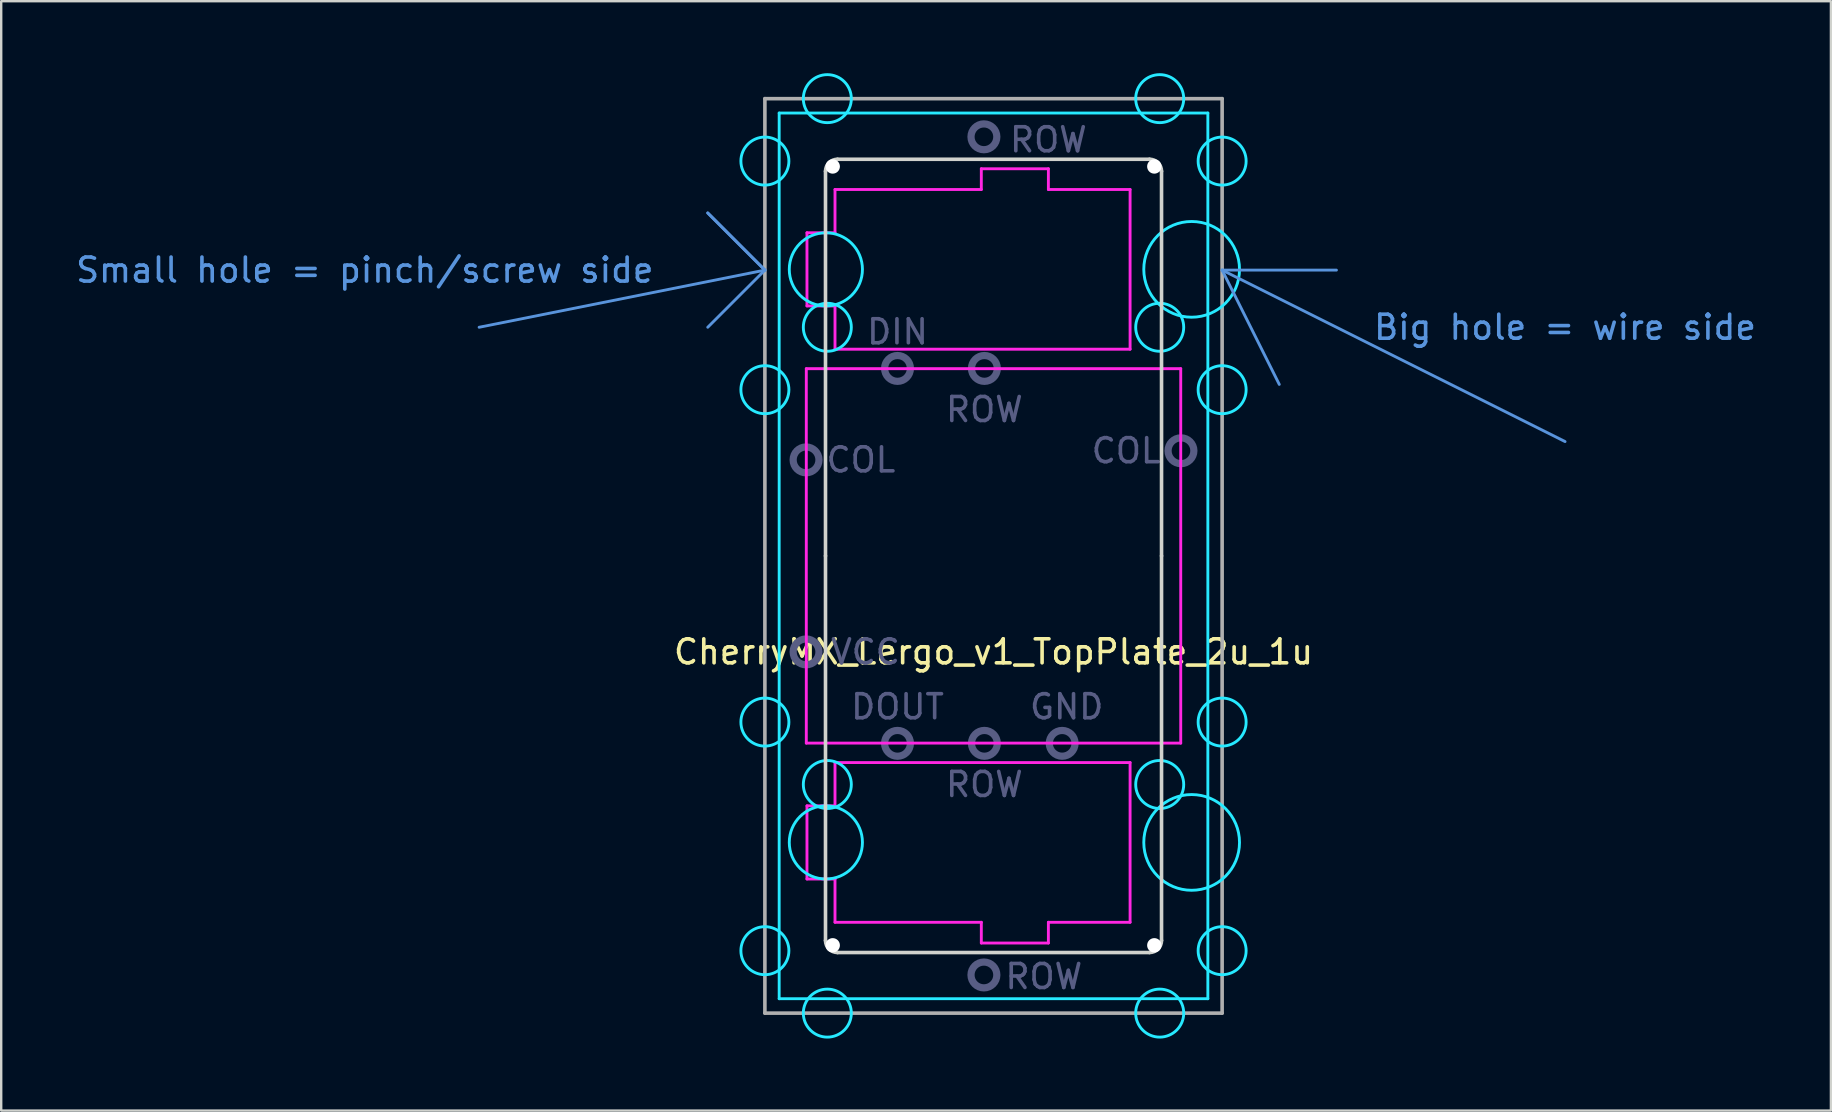
<source format=kicad_pcb>
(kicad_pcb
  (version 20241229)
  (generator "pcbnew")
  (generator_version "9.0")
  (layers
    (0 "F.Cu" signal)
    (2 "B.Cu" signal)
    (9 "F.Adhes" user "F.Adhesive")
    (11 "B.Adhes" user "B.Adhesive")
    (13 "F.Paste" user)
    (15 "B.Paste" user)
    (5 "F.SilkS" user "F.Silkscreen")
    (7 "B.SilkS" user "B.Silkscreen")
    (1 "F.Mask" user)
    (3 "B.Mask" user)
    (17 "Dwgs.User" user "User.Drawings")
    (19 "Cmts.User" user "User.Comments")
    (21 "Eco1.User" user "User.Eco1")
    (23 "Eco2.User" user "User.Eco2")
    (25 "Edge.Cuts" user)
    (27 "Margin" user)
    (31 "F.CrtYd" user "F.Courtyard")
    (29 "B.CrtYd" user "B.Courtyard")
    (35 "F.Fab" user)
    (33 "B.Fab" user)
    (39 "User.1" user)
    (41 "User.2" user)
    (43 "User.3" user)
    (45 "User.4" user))
  (footprint "CherryMX_Lergo_v1_TopPlate_2u_1u"
    (layer "F.Cu")
    (at 38.343 20.11)
    (property "Reference" "CherryMX_Lergo_v1_TopPlate_2u_1u" (at 0 4 0) (layer "F.SilkS") (effects (font (size 1 1) (thickness 0.15))))
    (attr through_hole)
    (fp_line (start -21.431 -9.525) (end -9.525 -11.906) (stroke (width 0.12) (type solid)) (layer "Cmts.User"))
    (fp_line (start -11.906 -14.287) (end -9.525 -11.906) (stroke (width 0.12) (type solid)) (layer "Cmts.User"))
    (fp_line (start -9.525 -11.906) (end -11.906 -14.287) (stroke (width 0.12) (type solid)) (layer "Cmts.User"))
    (fp_line (start -9.525 -11.906) (end -11.906 -9.525) (stroke (width 0.12) (type solid)) (layer "Cmts.User"))
    (fp_line (start 9.525 -11.906) (end 11.906 -7.144) (stroke (width 0.12) (type solid)) (layer "Cmts.User"))
    (fp_line (start 9.525 -11.906) (end 14.287 -11.906) (stroke (width 0.12) (type solid)) (layer "Cmts.User"))
    (fp_line (start 9.525 -11.906) (end 23.812 -4.763) (stroke (width 0.12) (type solid)) (layer "Cmts.User"))
    (fp_line (start -8.75 -10.44) (end -8.75 -13.44) (stroke (width 0.12) (type solid)) (layer "Eco1.User"))
    (fp_line (start -8.75 10.44) (end -8.75 13.44) (stroke (width 0.12) (type solid)) (layer "Eco1.User"))
    (fp_line (start -7.5 -13.94) (end -8.25 -13.94) (stroke (width 0.12) (type solid)) (layer "Eco1.User"))
    (fp_line (start -7.5 -9.94) (end -8.25 -9.94) (stroke (width 0.12) (type solid)) (layer "Eco1.User"))
    (fp_line (start -7.5 9.94) (end -8.25 9.94) (stroke (width 0.12) (type solid)) (layer "Eco1.User"))
    (fp_line (start -7.5 13.94) (end -8.25 13.94) (stroke (width 0.12) (type solid)) (layer "Eco1.User"))
    (fp_line (start -7 -16.025) (end -7 -14.44) (stroke (width 0.12) (type solid)) (layer "Eco1.User"))
    (fp_line (start -7 -9.44) (end -7 9.44) (stroke (width 0.12) (type solid)) (layer "Eco1.User"))
    (fp_line (start -7 16.025) (end -7 14.44) (stroke (width 0.12) (type solid)) (layer "Eco1.User"))
    (fp_line (start -6.5 16.525) (end 10.25 16.525) (stroke (width 0.12) (type solid)) (layer "Eco1.User"))
    (fp_line (start 7 -2.67) (end 7 -16.38) (stroke (width 0.12) (type solid)) (layer "Eco1.User"))
    (fp_line (start 7 6.855) (end 7 -6.855) (stroke (width 0.12) (type solid)) (layer "Eco1.User"))
    (fp_line (start 7 16.38) (end 7 2.67) (stroke (width 0.12) (type solid)) (layer "Eco1.User"))
    (fp_line (start 10.25 -16.525) (end -6.5 -16.525) (stroke (width 0.12) (type solid)) (layer "Eco1.User"))
    (fp_line (start 10.25 -7.355) (end 7.5 -7.355) (stroke (width 0.12) (type solid)) (layer "Eco1.User"))
    (fp_line (start 10.25 7.355) (end 7.5 7.355) (stroke (width 0.12) (type solid)) (layer "Eco1.User"))
    (fp_line (start 10.75 -16.025) (end 10.75 -7.855) (stroke (width 0.12) (type solid)) (layer "Eco1.User"))
    (fp_line (start 10.75 16.025) (end 10.75 7.855) (stroke (width 0.12) (type solid)) (layer "Eco1.User"))
    (fp_arc (start -8.75 -13.44) (mid -8.603553 -13.793553) (end -8.25 -13.94) (stroke (width 0.12) (type solid)) (layer "Eco1.User"))
    (fp_arc (start -8.75 10.44) (mid -8.603553 10.086447) (end -8.25 9.94) (stroke (width 0.12) (type solid)) (layer "Eco1.User"))
    (fp_arc (start -8.25 -9.94) (mid -8.603553 -10.086447) (end -8.75 -10.44) (stroke (width 0.12) (type solid)) (layer "Eco1.User"))
    (fp_arc (start -8.25 13.94) (mid -8.603553 13.793553) (end -8.75 13.44) (stroke (width 0.12) (type solid)) (layer "Eco1.User"))
    (fp_arc (start -7.5 -9.94) (mid -7.146447 -9.793553) (end -7 -9.44) (stroke (width 0.12) (type solid)) (layer "Eco1.User"))
    (fp_arc (start -7.5 13.94) (mid -7.146447 14.086447) (end -7 14.44) (stroke (width 0.12) (type solid)) (layer "Eco1.User"))
    (fp_arc (start -7 -16.025) (mid -6.853553 -16.378553) (end -6.5 -16.525) (stroke (width 0.12) (type solid)) (layer "Eco1.User"))
    (fp_arc (start -7 -14.44) (mid -7.146447 -14.086447) (end -7.5 -13.94) (stroke (width 0.12) (type solid)) (layer "Eco1.User"))
    (fp_arc (start -7 9.44) (mid -7.146447 9.793553) (end -7.5 9.94) (stroke (width 0.12) (type solid)) (layer "Eco1.User"))
    (fp_arc (start -6.5 16.525) (mid -6.853553 16.378553) (end -7 16.025) (stroke (width 0.12) (type solid)) (layer "Eco1.User"))
    (fp_arc (start 7 -6.855) (mid 7.146447 -7.208553) (end 7.5 -7.355) (stroke (width 0.12) (type solid)) (layer "Eco1.User"))
    (fp_arc (start 7.5 7.355) (mid 7.146447 7.208553) (end 7 6.855) (stroke (width 0.12) (type solid)) (layer "Eco1.User"))
    (fp_arc (start 10.25 -16.525) (mid 10.603553 -16.378553) (end 10.75 -16.025) (stroke (width 0.12) (type solid)) (layer "Eco1.User"))
    (fp_arc (start 10.25 7.355) (mid 10.603553 7.501447) (end 10.75 7.855) (stroke (width 0.12) (type solid)) (layer "Eco1.User"))
    (fp_arc (start 10.75 -7.855) (mid 10.603553 -7.501447) (end 10.25 -7.355) (stroke (width 0.12) (type solid)) (layer "Eco1.User"))
    (fp_arc (start 10.75 16.025) (mid 10.603553 16.378553) (end 10.25 16.525) (stroke (width 0.12) (type solid)) (layer "Eco1.User"))
    (fp_line (start -7 -16.025) (end -7 0) (stroke (width 0.15) (type solid)) (layer "Edge.Cuts"))
    (fp_line (start -7 0) (end -7 16.025) (stroke (width 0.15) (type solid)) (layer "Edge.Cuts"))
    (fp_line (start -6.5 16.525) (end 6.5 16.525) (stroke (width 0.15) (type solid)) (layer "Edge.Cuts"))
    (fp_line (start 6.5 -16.525) (end -6.5 -16.525) (stroke (width 0.15) (type solid)) (layer "Edge.Cuts"))
    (fp_line (start 7 0) (end 7 -16.025) (stroke (width 0.15) (type solid)) (layer "Edge.Cuts"))
    (fp_line (start 7 16.025) (end 7 0) (stroke (width 0.15) (type solid)) (layer "Edge.Cuts"))
    (fp_arc (start -7 -16.025) (mid -6.853553 -16.378553) (end -6.5 -16.525) (stroke (width 0.15) (type solid)) (layer "Edge.Cuts"))
    (fp_arc (start -6.5 16.525) (mid -6.853553 16.378553) (end -7 16.025) (stroke (width 0.15) (type solid)) (layer "Edge.Cuts"))
    (fp_arc (start 6.5 -16.525) (mid 6.853553 -16.378553) (end 7 -16.025) (stroke (width 0.15) (type solid)) (layer "Edge.Cuts"))
    (fp_arc (start 7 16.025) (mid 6.853553 16.378553) (end 6.5 16.525) (stroke (width 0.15) (type solid)) (layer "Edge.Cuts"))
    (fp_line (start -8.93 -18.45) (end 8.93 -18.45) (stroke (width 0.12) (type solid)) (layer "B.CrtYd"))
    (fp_line (start -8.93 18.45) (end -8.93 -18.45) (stroke (width 0.12) (type solid)) (layer "B.CrtYd"))
    (fp_line (start 8.93 -18.45) (end 8.93 18.45) (stroke (width 0.12) (type solid)) (layer "B.CrtYd"))
    (fp_line (start 8.93 18.45) (end -8.93 18.45) (stroke (width 0.12) (type solid)) (layer "B.CrtYd"))
    (fp_circle (center -9.525 -16.449) (end -8.525 -16.449) (stroke (width 0.12) (type solid)) (fill no) (layer "B.CrtYd"))
    (fp_circle (center -9.525 -6.924) (end -8.525 -6.924) (stroke (width 0.12) (type solid)) (fill no) (layer "B.CrtYd"))
    (fp_circle (center -9.525 6.924) (end -8.525 6.924) (stroke (width 0.12) (type solid)) (fill no) (layer "B.CrtYd"))
    (fp_circle (center -9.525 16.449) (end -10.525 16.449) (stroke (width 0.12) (type solid)) (fill no) (layer "B.CrtYd"))
    (fp_circle (center -6.985 -11.938) (end -5.461 -11.938) (stroke (width 0.12) (type solid)) (fill no) (layer "B.CrtYd"))
    (fp_circle (center -6.985 11.938) (end -5.461 11.938) (stroke (width 0.12) (type solid)) (fill no) (layer "B.CrtYd"))
    (fp_circle (center -6.924 -19.05) (end -5.924 -19.05) (stroke (width 0.12) (type solid)) (fill no) (layer "B.CrtYd"))
    (fp_circle (center -6.924 -9.525) (end -5.924 -9.525) (stroke (width 0.12) (type solid)) (fill no) (layer "B.CrtYd"))
    (fp_circle (center -6.924 9.525) (end -5.924 9.525) (stroke (width 0.12) (type solid)) (fill no) (layer "B.CrtYd"))
    (fp_circle (center -6.924 19.05) (end -5.924 19.05) (stroke (width 0.12) (type solid)) (fill no) (layer "B.CrtYd"))
    (fp_circle (center 6.924 -19.05) (end 7.924 -19.05) (stroke (width 0.12) (type solid)) (fill no) (layer "B.CrtYd"))
    (fp_circle (center 6.924 -9.525) (end 7.924 -9.525) (stroke (width 0.12) (type solid)) (fill no) (layer "B.CrtYd"))
    (fp_circle (center 6.924 9.525) (end 7.924 9.525) (stroke (width 0.12) (type solid)) (fill no) (layer "B.CrtYd"))
    (fp_circle (center 6.924 19.05) (end 7.924 19.05) (stroke (width 0.12) (type solid)) (fill no) (layer "B.CrtYd"))
    (fp_circle (center 8.255 -11.938) (end 10.249 -11.938) (stroke (width 0.12) (type solid)) (fill no) (layer "B.CrtYd"))
    (fp_circle (center 8.255 11.938) (end 10.249 11.938) (stroke (width 0.12) (type solid)) (fill no) (layer "B.CrtYd"))
    (fp_circle (center 9.525 -16.449) (end 10.525 -16.449) (stroke (width 0.12) (type solid)) (fill no) (layer "B.CrtYd"))
    (fp_circle (center 9.525 -6.924) (end 10.525 -6.924) (stroke (width 0.12) (type solid)) (fill no) (layer "B.CrtYd"))
    (fp_circle (center 9.525 6.924) (end 10.525 6.924) (stroke (width 0.12) (type solid)) (fill no) (layer "B.CrtYd"))
    (fp_circle (center 9.525 16.449) (end 8.525 16.449) (stroke (width 0.12) (type solid)) (fill no) (layer "B.CrtYd"))
    (fp_line (start -7.8 -7.8) (end 7.8 -7.8) (stroke (width 0.12) (type solid)) (layer "F.CrtYd"))
    (fp_line (start -7.8 7.8) (end -7.8 -7.8) (stroke (width 0.12) (type solid)) (layer "F.CrtYd"))
    (fp_line (start -7.772 -13.462) (end -6.604 -13.462) (stroke (width 0.12) (type solid)) (layer "F.CrtYd"))
    (fp_line (start -7.772 -10.414) (end -7.772 -13.462) (stroke (width 0.12) (type solid)) (layer "F.CrtYd"))
    (fp_line (start -7.772 -10.414) (end -6.604 -10.414) (stroke (width 0.12) (type solid)) (layer "F.CrtYd"))
    (fp_line (start -7.772 10.414) (end -6.604 10.414) (stroke (width 0.12) (type solid)) (layer "F.CrtYd"))
    (fp_line (start -7.772 13.462) (end -7.772 10.414) (stroke (width 0.12) (type solid)) (layer "F.CrtYd"))
    (fp_line (start -7.772 13.462) (end -6.604 13.462) (stroke (width 0.12) (type solid)) (layer "F.CrtYd"))
    (fp_line (start -6.604 -15.265) (end -6.604 -13.462) (stroke (width 0.12) (type solid)) (layer "F.CrtYd"))
    (fp_line (start -6.604 -15.265) (end -0.508 -15.265) (stroke (width 0.12) (type solid)) (layer "F.CrtYd"))
    (fp_line (start -6.604 -8.611) (end -6.604 -10.414) (stroke (width 0.12) (type solid)) (layer "F.CrtYd"))
    (fp_line (start -6.604 -8.611) (end 5.69 -8.611) (stroke (width 0.12) (type solid)) (layer "F.CrtYd"))
    (fp_line (start -6.604 8.611) (end -6.604 10.414) (stroke (width 0.12) (type solid)) (layer "F.CrtYd"))
    (fp_line (start -6.604 8.611) (end 5.69 8.611) (stroke (width 0.12) (type solid)) (layer "F.CrtYd"))
    (fp_line (start -6.604 15.265) (end -6.604 13.462) (stroke (width 0.12) (type solid)) (layer "F.CrtYd"))
    (fp_line (start -6.604 15.265) (end -0.508 15.265) (stroke (width 0.12) (type solid)) (layer "F.CrtYd"))
    (fp_line (start -0.508 -16.129) (end 2.286 -16.129) (stroke (width 0.12) (type solid)) (layer "F.CrtYd"))
    (fp_line (start -0.508 -15.265) (end -0.508 -16.129) (stroke (width 0.12) (type solid)) (layer "F.CrtYd"))
    (fp_line (start -0.508 15.265) (end -0.508 16.129) (stroke (width 0.12) (type solid)) (layer "F.CrtYd"))
    (fp_line (start 2.286 -15.265) (end 2.286 -16.129) (stroke (width 0.12) (type solid)) (layer "F.CrtYd"))
    (fp_line (start 2.286 -15.265) (end 5.69 -15.265) (stroke (width 0.12) (type solid)) (layer "F.CrtYd"))
    (fp_line (start 2.286 15.265) (end 2.286 16.129) (stroke (width 0.12) (type solid)) (layer "F.CrtYd"))
    (fp_line (start 2.286 15.265) (end 5.69 15.265) (stroke (width 0.12) (type solid)) (layer "F.CrtYd"))
    (fp_line (start 2.286 16.129) (end -0.508 16.129) (stroke (width 0.12) (type solid)) (layer "F.CrtYd"))
    (fp_line (start 5.69 -8.611) (end 5.69 -15.265) (stroke (width 0.12) (type solid)) (layer "F.CrtYd"))
    (fp_line (start 5.69 15.265) (end 5.69 8.611) (stroke (width 0.12) (type solid)) (layer "F.CrtYd"))
    (fp_line (start 7.8 -7.8) (end 7.8 7.8) (stroke (width 0.12) (type solid)) (layer "F.CrtYd"))
    (fp_line (start 7.8 7.8) (end -7.8 7.8) (stroke (width 0.12) (type solid)) (layer "F.CrtYd"))
    (fp_circle (center -7.81 -4) (end -7.272 -4) (stroke (width 0.3) (type solid)) (fill no) (layer "B.Fab"))
    (fp_circle (center -7.81 4) (end -7.272 4) (stroke (width 0.3) (type solid)) (fill no) (layer "B.Fab"))
    (fp_circle (center -4 -7.81) (end -3.462 -7.81) (stroke (width 0.3) (type solid)) (fill no) (layer "B.Fab"))
    (fp_circle (center -4 7.81) (end -3.462 7.81) (stroke (width 0.3) (type solid)) (fill no) (layer "B.Fab"))
    (fp_circle (center -0.4 -17.46) (end 0.138 -17.46) (stroke (width 0.3) (type solid)) (fill no) (layer "B.Fab"))
    (fp_circle (center -0.4 17.46) (end 0.138 17.46) (stroke (width 0.3) (type solid)) (fill no) (layer "B.Fab"))
    (fp_circle (center -0.38 -7.81) (end 0.158 -7.81) (stroke (width 0.3) (type solid)) (fill no) (layer "B.Fab"))
    (fp_circle (center -0.38 7.81) (end 0.158 7.81) (stroke (width 0.3) (type solid)) (fill no) (layer "B.Fab"))
    (fp_circle (center 2.86 7.81) (end 3.397 7.81) (stroke (width 0.3) (type solid)) (fill no) (layer "B.Fab"))
    (fp_circle (center 7.81 -4.38) (end 8.348 -4.38) (stroke (width 0.3) (type solid)) (fill no) (layer "B.Fab"))
    (fp_line (start -9.525 -19.05) (end -9.525 19.05) (stroke (width 0.15) (type solid)) (layer "F.Fab"))
    (fp_line (start -9.525 19.05) (end 9.525 19.05) (stroke (width 0.15) (type solid)) (layer "F.Fab"))
    (fp_line (start 9.525 -19.05) (end -9.525 -19.05) (stroke (width 0.15) (type solid)) (layer "F.Fab"))
    (fp_line (start 9.525 19.05) (end 9.525 -19.05) (stroke (width 0.15) (type solid)) (layer "F.Fab"))
    (fp_text user "Big hole = wire side" (at 23.812 -9.525 0) (layer "Cmts.User") (effects (font (size 1 1) (thickness 0.15))))
    (fp_text user "Small hole = pinch/screw side" (at -26.194 -11.906 0) (layer "Cmts.User") (effects (font (size 1 1) (thickness 0.15))))
    (fp_text user "COL" (at 5.524 -4.381 0) (layer "B.Fab") (effects (font (size 1 1) (thickness 0.15))))
    (fp_text user "GND" (at 3.048 6.287 0) (layer "B.Fab") (effects (font (size 1 1) (thickness 0.15))))
    (fp_text user "ROW" (at 2.095 17.526 0) (layer "B.Fab") (effects (font (size 1 1) (thickness 0.15))))
    (fp_text user "ROW" (at -0.381 -6.096 0) (layer "B.Fab") (effects (font (size 1 1) (thickness 0.15))))
    (fp_text user "DIN" (at -4 -9.335 0) (layer "B.Fab") (effects (font (size 1 1) (thickness 0.15))))
    (fp_text user "ROW" (at -0.381 9.525 0) (layer "B.Fab") (effects (font (size 1 1) (thickness 0.15))))
    (fp_text user "COL" (at -5.524 -4 0) (layer "B.Fab") (effects (font (size 1 1) (thickness 0.15))))
    (fp_text user "ROW" (at 2.286 -17.335 0) (layer "B.Fab") (effects (font (size 1 1) (thickness 0.15))))
    (fp_text user "DOUT" (at -4 6.287 0) (layer "B.Fab") (effects (font (size 1 1) (thickness 0.15))))
    (fp_text user "VCC" (at -5.334 4 0) (layer "B.Fab") (effects (font (size 1 1) (thickness 0.15))))
    (pad "" np_thru_hole circle (at -6.7 -16.225) (size 0.6 0.6) (drill 0.6) (layers "*.Cu"))
    (pad "" np_thru_hole circle (at -6.7 16.225) (size 0.6 0.6) (drill 0.6) (layers "*.Cu"))
    (pad "" np_thru_hole circle (at 6.7 -16.225) (size 0.6 0.6) (drill 0.6) (layers "*.Cu"))
    (pad "" np_thru_hole circle (at 6.7 16.225) (size 0.6 0.6) (drill 0.6) (layers "*.Cu")))
  (gr_rect
    (start -3 -3)
    (end 73.232 43.22)
    (stroke (width 0.1) (type default))
    (fill no)
    (layer "Edge.Cuts")))
</source>
